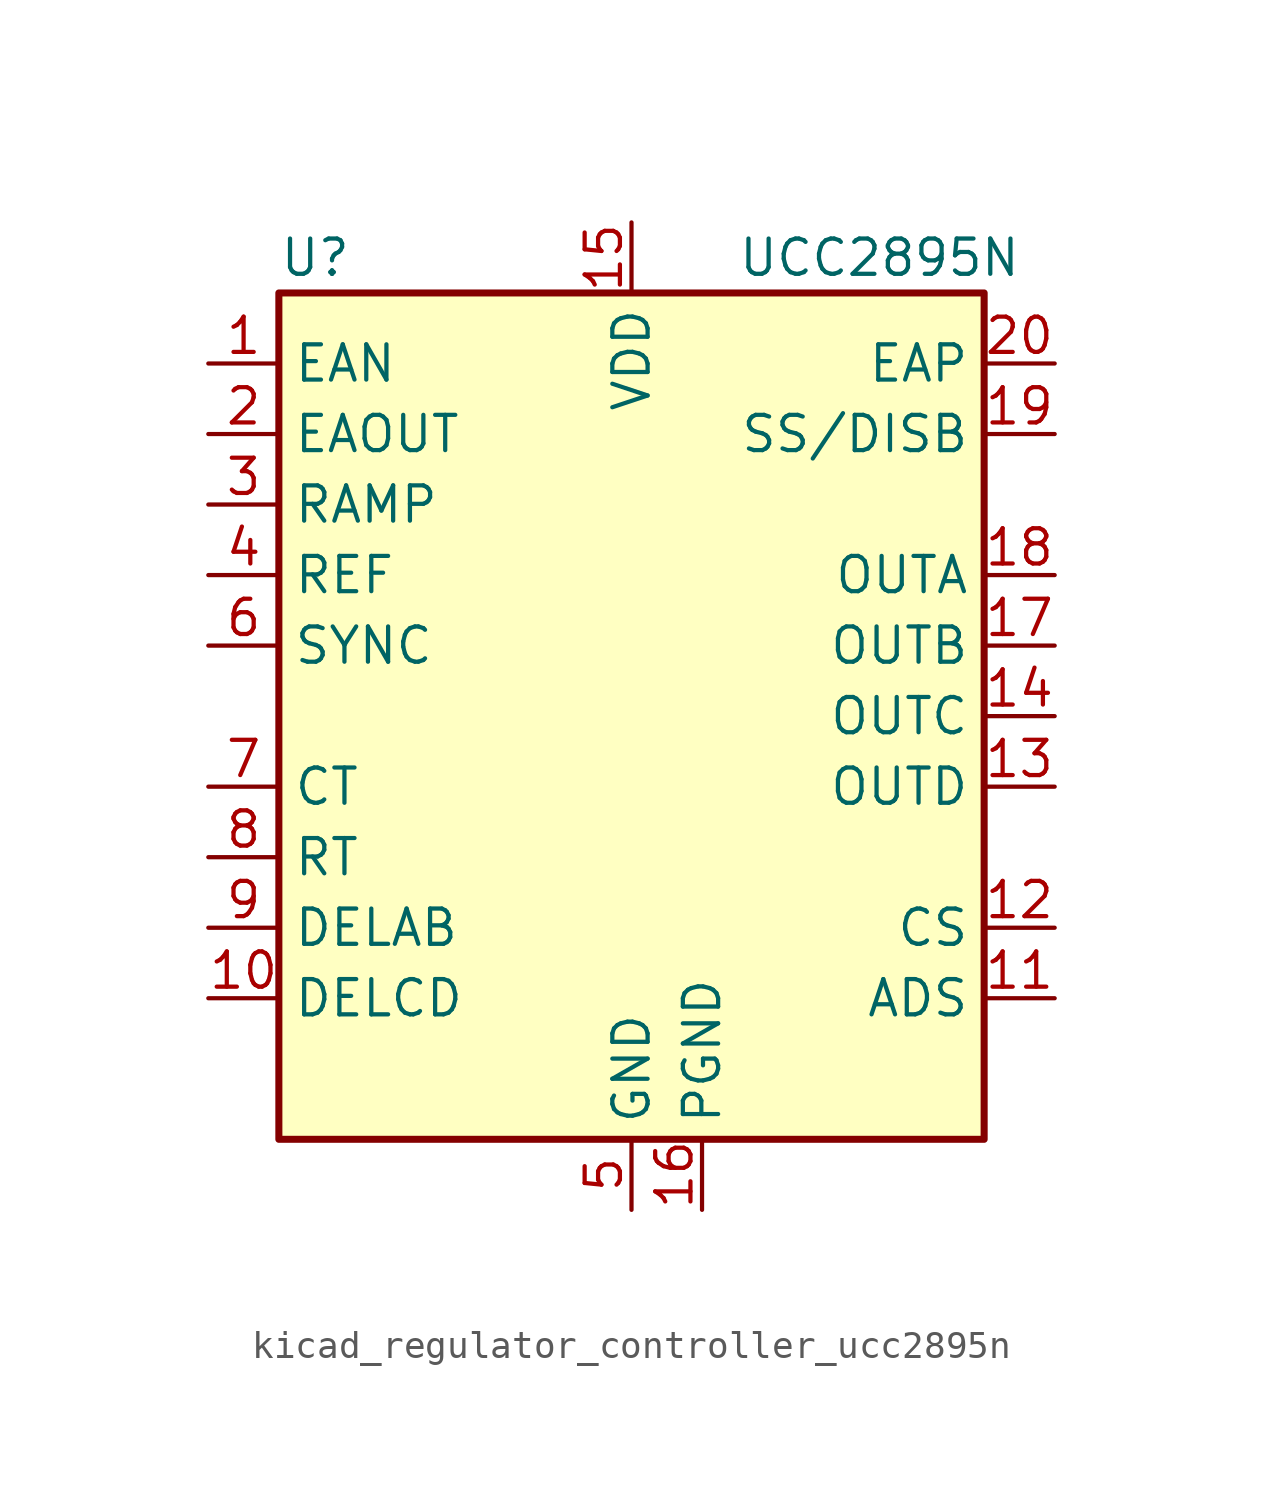
<source format=kicad_sym>
(kicad_symbol_lib
  (version 20220914)
  (generator kicad_symbol_editor)
  (symbol "kicad_regulator_controller_ucc2895n"
    (property "Reference" "U"
      (at -12.7 16.51 0)
      (effects (font (size 1.27 1.27)) (justify left)))
    (property "Value" "UCC2895N"
      (at 3.81 16.51 0)
      (effects (font (size 1.27 1.27)) (justify left)))
    (symbol "kicad_regulator_controller_ucc2895n_0_1"
      (rectangle (start -12.7 15.24) (end 12.7 -15.24) (stroke (width 0.254) (type default)) (fill (type background))))
    (symbol "kicad_regulator_controller_ucc2895n_1_1"
      (pin input line (at -15.24 12.7 0) (length 2.54) (name "EAN" (effects (font (size 1.27 1.27)))) (number "1" (effects (font (size 1.27 1.27)))))
      (pin passive line (at -15.24 -10.16 0) (length 2.54) (name "DELCD" (effects (font (size 1.27 1.27)))) (number "10" (effects (font (size 1.27 1.27)))))
      (pin input line (at 15.24 -10.16 180) (length 2.54) (name "ADS" (effects (font (size 1.27 1.27)))) (number "11" (effects (font (size 1.27 1.27)))))
      (pin input line (at 15.24 -7.62 180) (length 2.54) (name "CS" (effects (font (size 1.27 1.27)))) (number "12" (effects (font (size 1.27 1.27)))))
      (pin output line (at 15.24 -2.54 180) (length 2.54) (name "OUTD" (effects (font (size 1.27 1.27)))) (number "13" (effects (font (size 1.27 1.27)))))
      (pin output line (at 15.24 0 180) (length 2.54) (name "OUTC" (effects (font (size 1.27 1.27)))) (number "14" (effects (font (size 1.27 1.27)))))
      (pin power_in line (at 0 17.78 270) (length 2.54) (name "VDD" (effects (font (size 1.27 1.27)))) (number "15" (effects (font (size 1.27 1.27)))))
      (pin power_in line (at 2.54 -17.78 90) (length 2.54) (name "PGND" (effects (font (size 1.27 1.27)))) (number "16" (effects (font (size 1.27 1.27)))))
      (pin output line (at 15.24 2.54 180) (length 2.54) (name "OUTB" (effects (font (size 1.27 1.27)))) (number "17" (effects (font (size 1.27 1.27)))))
      (pin output line (at 15.24 5.08 180) (length 2.54) (name "OUTA" (effects (font (size 1.27 1.27)))) (number "18" (effects (font (size 1.27 1.27)))))
      (pin passive line (at 15.24 10.16 180) (length 2.54) (name "SS/DISB" (effects (font (size 1.27 1.27)))) (number "19" (effects (font (size 1.27 1.27)))))
      (pin bidirectional line (at -15.24 10.16 0) (length 2.54) (name "EAOUT" (effects (font (size 1.27 1.27)))) (number "2" (effects (font (size 1.27 1.27)))))
      (pin input line (at 15.24 12.7 180) (length 2.54) (name "EAP" (effects (font (size 1.27 1.27)))) (number "20" (effects (font (size 1.27 1.27)))))
      (pin input line (at -15.24 7.62 0) (length 2.54) (name "RAMP" (effects (font (size 1.27 1.27)))) (number "3" (effects (font (size 1.27 1.27)))))
      (pin output line (at -15.24 5.08 0) (length 2.54) (name "REF" (effects (font (size 1.27 1.27)))) (number "4" (effects (font (size 1.27 1.27)))))
      (pin power_in line (at 0 -17.78 90) (length 2.54) (name "GND" (effects (font (size 1.27 1.27)))) (number "5" (effects (font (size 1.27 1.27)))))
      (pin bidirectional line (at -15.24 2.54 0) (length 2.54) (name "SYNC" (effects (font (size 1.27 1.27)))) (number "6" (effects (font (size 1.27 1.27)))))
      (pin passive line (at -15.24 -2.54 0) (length 2.54) (name "CT" (effects (font (size 1.27 1.27)))) (number "7" (effects (font (size 1.27 1.27)))))
      (pin passive line (at -15.24 -5.08 0) (length 2.54) (name "RT" (effects (font (size 1.27 1.27)))) (number "8" (effects (font (size 1.27 1.27)))))
      (pin passive line (at -15.24 -7.62 0) (length 2.54) (name "DELAB" (effects (font (size 1.27 1.27)))) (number "9" (effects (font (size 1.27 1.27))))))))
</source>
